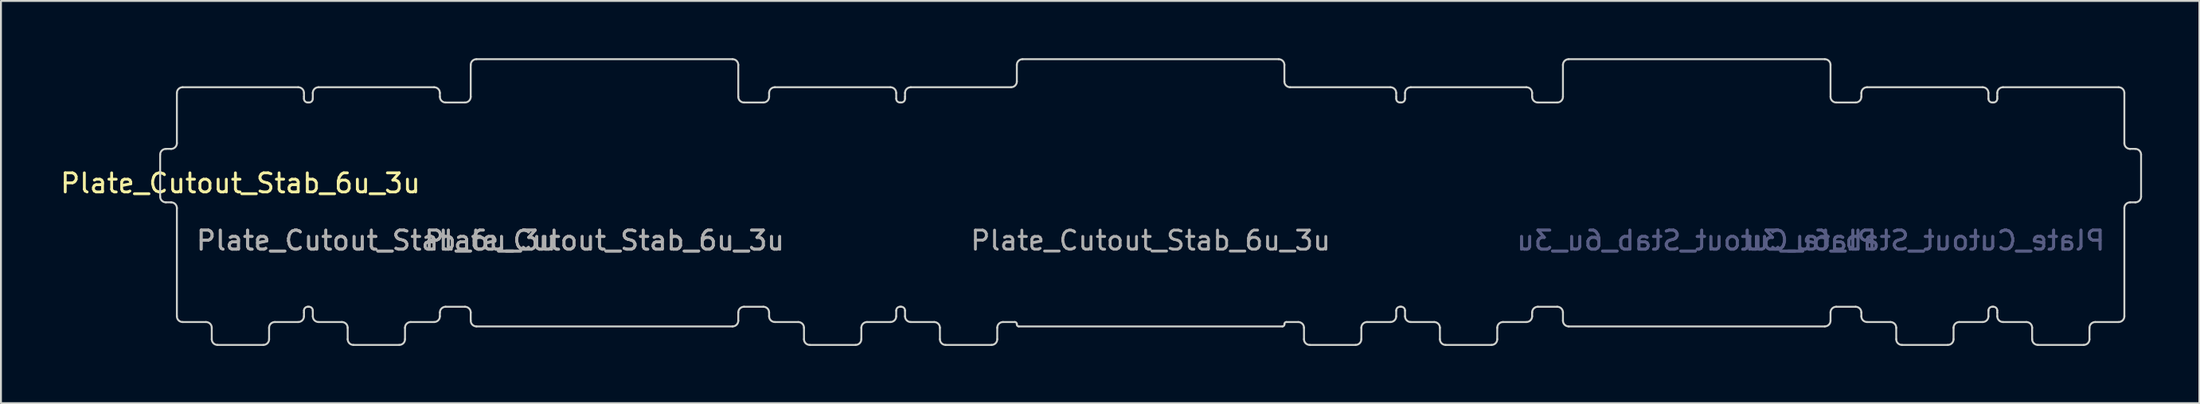
<source format=kicad_pcb>
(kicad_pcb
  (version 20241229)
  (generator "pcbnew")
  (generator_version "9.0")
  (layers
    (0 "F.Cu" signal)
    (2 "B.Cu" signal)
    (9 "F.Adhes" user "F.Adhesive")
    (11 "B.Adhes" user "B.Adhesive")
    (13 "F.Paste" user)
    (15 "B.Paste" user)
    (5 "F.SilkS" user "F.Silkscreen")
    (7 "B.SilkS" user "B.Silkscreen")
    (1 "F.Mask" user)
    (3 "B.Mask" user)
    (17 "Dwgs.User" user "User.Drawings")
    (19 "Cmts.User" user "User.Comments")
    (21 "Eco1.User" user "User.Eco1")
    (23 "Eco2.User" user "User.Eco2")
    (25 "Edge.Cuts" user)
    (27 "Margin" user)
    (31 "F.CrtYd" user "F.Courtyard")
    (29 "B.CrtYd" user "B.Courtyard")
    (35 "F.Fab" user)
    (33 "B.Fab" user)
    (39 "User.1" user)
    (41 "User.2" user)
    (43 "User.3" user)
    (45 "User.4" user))
  (footprint "Plate_Cutout_Stab_6u_3u"
    (layer "F.Cu")
    (at 57.155 7.05)
    (property "Reference" "Plate_Cutout_Stab_6u_3u" (at -47.625 -0.5 0) (unlocked yes) (layer "F.SilkS") (effects (font (size 1 1) (thickness 0.15))))
    (attr through_hole)
    (fp_line (start -51.825 -2) (end -51.825 0.2) (stroke (width 0.1) (type default)) (layer "Edge.Cuts"))
    (fp_line (start -51.525 0.5) (end -51.25 0.5) (stroke (width 0.1) (type default)) (layer "Edge.Cuts"))
    (fp_line (start -51.25 -2.3) (end -51.525 -2.3) (stroke (width 0.1) (type default)) (layer "Edge.Cuts"))
    (fp_line (start -50.95 -2.6) (end -50.95 -5.23) (stroke (width 0.1) (type default)) (layer "Edge.Cuts"))
    (fp_line (start -50.95 0.8) (end -50.95 6.47) (stroke (width 0.1) (type default)) (layer "Edge.Cuts"))
    (fp_line (start -50.65 -5.53) (end -44.6 -5.53) (stroke (width 0.1) (type default)) (layer "Edge.Cuts"))
    (fp_line (start -50.65 6.77) (end -49.425 6.77) (stroke (width 0.1) (type default)) (layer "Edge.Cuts"))
    (fp_line (start -49.125 7.07) (end -49.125 7.67) (stroke (width 0.1) (type default)) (layer "Edge.Cuts"))
    (fp_line (start -48.825 7.97) (end -46.425 7.97) (stroke (width 0.1) (type default)) (layer "Edge.Cuts"))
    (fp_line (start -46.125 7.67) (end -46.125 7.07) (stroke (width 0.1) (type default)) (layer "Edge.Cuts"))
    (fp_line (start -45.825 6.77) (end -44.6 6.77) (stroke (width 0.1) (type default)) (layer "Edge.Cuts"))
    (fp_line (start -44.3 -5.23) (end -44.3 -5.03) (stroke (width 0.1) (type default)) (layer "Edge.Cuts"))
    (fp_line (start -44.3 -5.03) (end -44.3 -4.93) (stroke (width 0.1) (type default)) (layer "Edge.Cuts"))
    (fp_line (start -44.3 6.27) (end -44.3 6.17) (stroke (width 0.1) (type default)) (layer "Edge.Cuts"))
    (fp_line (start -44.3 6.47) (end -44.3 6.27) (stroke (width 0.1) (type default)) (layer "Edge.Cuts"))
    (fp_line (start -44.1 5.97) (end -44.038 5.97) (stroke (width 0.1) (type default)) (layer "Edge.Cuts"))
    (fp_line (start -44.038 -4.73) (end -44.1 -4.73) (stroke (width 0.1) (type default)) (layer "Edge.Cuts"))
    (fp_line (start -43.838 -5.23) (end -43.838 -4.93) (stroke (width 0.1) (type default)) (layer "Edge.Cuts"))
    (fp_line (start -43.838 6.47) (end -43.838 6.17) (stroke (width 0.1) (type solid)) (layer "Edge.Cuts"))
    (fp_line (start -43.538 -5.53) (end -37.488 -5.53) (stroke (width 0.1) (type default)) (layer "Edge.Cuts"))
    (fp_line (start -43.538 6.77) (end -42.313 6.77) (stroke (width 0.1) (type default)) (layer "Edge.Cuts"))
    (fp_line (start -42.013 7.07) (end -42.013 7.67) (stroke (width 0.1) (type default)) (layer "Edge.Cuts"))
    (fp_line (start -41.713 7.97) (end -39.313 7.97) (stroke (width 0.1) (type default)) (layer "Edge.Cuts"))
    (fp_line (start -39.013 7.67) (end -39.013 7.07) (stroke (width 0.1) (type default)) (layer "Edge.Cuts"))
    (fp_line (start -38.713 6.77) (end -37.488 6.77) (stroke (width 0.1) (type default)) (layer "Edge.Cuts"))
    (fp_line (start -37.188 -5.23) (end -37.188 -5.03) (stroke (width 0.1) (type default)) (layer "Edge.Cuts"))
    (fp_line (start -37.188 6.47) (end -37.188 6.27) (stroke (width 0.1) (type default)) (layer "Edge.Cuts"))
    (fp_line (start -36.888 -4.73) (end -35.875 -4.73) (stroke (width 0.1) (type solid)) (layer "Edge.Cuts"))
    (fp_line (start -36.888 5.97) (end -35.875 5.97) (stroke (width 0.1) (type default)) (layer "Edge.Cuts"))
    (fp_line (start -35.575 -6.7) (end -35.575 -5.03) (stroke (width 0.1) (type default)) (layer "Edge.Cuts"))
    (fp_line (start -35.575 6.7) (end -35.575 6.27) (stroke (width 0.1) (type default)) (layer "Edge.Cuts"))
    (fp_line (start -35.275 -7) (end -21.875 -7) (stroke (width 0.1) (type solid)) (layer "Edge.Cuts"))
    (fp_line (start -35.275 7) (end -21.875 7) (stroke (width 0.1) (type solid)) (layer "Edge.Cuts"))
    (fp_line (start -21.575 -6.7) (end -21.575 -5.03) (stroke (width 0.1) (type default)) (layer "Edge.Cuts"))
    (fp_line (start -21.575 6.7) (end -21.575 6.27) (stroke (width 0.1) (type default)) (layer "Edge.Cuts"))
    (fp_line (start -20.262 -4.73) (end -21.275 -4.73) (stroke (width 0.1) (type solid)) (layer "Edge.Cuts"))
    (fp_line (start -20.262 5.97) (end -21.275 5.97) (stroke (width 0.1) (type default)) (layer "Edge.Cuts"))
    (fp_line (start -19.962 -5.03) (end -19.962 -5.23) (stroke (width 0.1) (type default)) (layer "Edge.Cuts"))
    (fp_line (start -19.962 6.47) (end -19.962 6.27) (stroke (width 0.1) (type default)) (layer "Edge.Cuts"))
    (fp_line (start -19.662 -5.53) (end -13.612 -5.53) (stroke (width 0.1) (type default)) (layer "Edge.Cuts"))
    (fp_line (start -18.437 6.77) (end -19.662 6.77) (stroke (width 0.1) (type default)) (layer "Edge.Cuts"))
    (fp_line (start -18.137 7.67) (end -18.137 7.07) (stroke (width 0.1) (type default)) (layer "Edge.Cuts"))
    (fp_line (start -15.437 7.97) (end -17.837 7.97) (stroke (width 0.1) (type default)) (layer "Edge.Cuts"))
    (fp_line (start -15.137 7.07) (end -15.137 7.67) (stroke (width 0.1) (type default)) (layer "Edge.Cuts"))
    (fp_line (start -13.612 6.77) (end -14.837 6.77) (stroke (width 0.1) (type default)) (layer "Edge.Cuts"))
    (fp_line (start -13.312 -5.23) (end -13.312 -4.93) (stroke (width 0.1) (type default)) (layer "Edge.Cuts"))
    (fp_line (start -13.312 6.17) (end -13.312 6.47) (stroke (width 0.1) (type default)) (layer "Edge.Cuts"))
    (fp_line (start -13.112 -4.73) (end -13.05 -4.73) (stroke (width 0.1) (type default)) (layer "Edge.Cuts"))
    (fp_line (start -13.05 5.97) (end -13.112 5.97) (stroke (width 0.1) (type default)) (layer "Edge.Cuts"))
    (fp_line (start -12.85 -5.03) (end -12.85 -5.23) (stroke (width 0.1) (type default)) (layer "Edge.Cuts"))
    (fp_line (start -12.85 -5.03) (end -12.85 -4.93) (stroke (width 0.1) (type default)) (layer "Edge.Cuts"))
    (fp_line (start -12.85 6.17) (end -12.85 6.47) (stroke (width 0.1) (type default)) (layer "Edge.Cuts"))
    (fp_line (start -12.55 -5.53) (end -7.3 -5.53) (stroke (width 0.1) (type default)) (layer "Edge.Cuts"))
    (fp_line (start -11.325 6.77) (end -12.55 6.77) (stroke (width 0.1) (type default)) (layer "Edge.Cuts"))
    (fp_line (start -11.025 7.67) (end -11.025 7.07) (stroke (width 0.1) (type default)) (layer "Edge.Cuts"))
    (fp_line (start -8.325 7.97) (end -10.725 7.97) (stroke (width 0.1) (type default)) (layer "Edge.Cuts"))
    (fp_line (start -8.025 7.07) (end -8.025 7.67) (stroke (width 0.1) (type default)) (layer "Edge.Cuts"))
    (fp_line (start -7.1 6.77) (end -7.725 6.77) (stroke (width 0.1) (type default)) (layer "Edge.Cuts"))
    (fp_line (start -7 -6.7) (end -7 -5.83) (stroke (width 0.1) (type default)) (layer "Edge.Cuts"))
    (fp_line (start -7 6.9) (end -7 6.87) (stroke (width 0.1) (type solid)) (layer "Edge.Cuts"))
    (fp_line (start -6.9 7) (end 6.9 7) (stroke (width 0.1) (type solid)) (layer "Edge.Cuts"))
    (fp_line (start -6.7 -7) (end 6.7 -7) (stroke (width 0.1) (type solid)) (layer "Edge.Cuts"))
    (fp_line (start 7 -6.7) (end 7 -5.83) (stroke (width 0.1) (type default)) (layer "Edge.Cuts"))
    (fp_line (start 7 6.9) (end 7 6.87) (stroke (width 0.1) (type default)) (layer "Edge.Cuts"))
    (fp_line (start 7.1 6.77) (end 7.725 6.77) (stroke (width 0.1) (type default)) (layer "Edge.Cuts"))
    (fp_line (start 8.025 7.07) (end 8.025 7.67) (stroke (width 0.1) (type default)) (layer "Edge.Cuts"))
    (fp_line (start 8.325 7.97) (end 10.725 7.97) (stroke (width 0.1) (type default)) (layer "Edge.Cuts"))
    (fp_line (start 11.025 7.67) (end 11.025 7.07) (stroke (width 0.1) (type default)) (layer "Edge.Cuts"))
    (fp_line (start 11.325 6.77) (end 12.55 6.77) (stroke (width 0.1) (type default)) (layer "Edge.Cuts"))
    (fp_line (start 12.55 -5.53) (end 7.3 -5.53) (stroke (width 0.1) (type default)) (layer "Edge.Cuts"))
    (fp_line (start 12.85 -5.03) (end 12.85 -5.23) (stroke (width 0.1) (type default)) (layer "Edge.Cuts"))
    (fp_line (start 12.85 -5.03) (end 12.85 -4.93) (stroke (width 0.1) (type default)) (layer "Edge.Cuts"))
    (fp_line (start 12.85 6.17) (end 12.85 6.47) (stroke (width 0.1) (type default)) (layer "Edge.Cuts"))
    (fp_line (start 13.05 5.97) (end 13.112 5.97) (stroke (width 0.1) (type default)) (layer "Edge.Cuts"))
    (fp_line (start 13.112 -4.73) (end 13.05 -4.73) (stroke (width 0.1) (type default)) (layer "Edge.Cuts"))
    (fp_line (start 13.312 -5.23) (end 13.312 -4.93) (stroke (width 0.1) (type default)) (layer "Edge.Cuts"))
    (fp_line (start 13.312 6.17) (end 13.312 6.47) (stroke (width 0.1) (type default)) (layer "Edge.Cuts"))
    (fp_line (start 13.612 6.77) (end 14.837 6.77) (stroke (width 0.1) (type default)) (layer "Edge.Cuts"))
    (fp_line (start 15.137 7.07) (end 15.137 7.67) (stroke (width 0.1) (type default)) (layer "Edge.Cuts"))
    (fp_line (start 15.437 7.97) (end 17.837 7.97) (stroke (width 0.1) (type default)) (layer "Edge.Cuts"))
    (fp_line (start 18.137 7.67) (end 18.137 7.07) (stroke (width 0.1) (type default)) (layer "Edge.Cuts"))
    (fp_line (start 18.437 6.77) (end 19.662 6.77) (stroke (width 0.1) (type default)) (layer "Edge.Cuts"))
    (fp_line (start 19.662 -5.53) (end 13.612 -5.53) (stroke (width 0.1) (type default)) (layer "Edge.Cuts"))
    (fp_line (start 19.962 -5.03) (end 19.962 -5.23) (stroke (width 0.1) (type default)) (layer "Edge.Cuts"))
    (fp_line (start 19.962 6.47) (end 19.962 6.27) (stroke (width 0.1) (type default)) (layer "Edge.Cuts"))
    (fp_line (start 20.262 -4.73) (end 21.275 -4.73) (stroke (width 0.1) (type solid)) (layer "Edge.Cuts"))
    (fp_line (start 20.262 5.97) (end 21.275 5.97) (stroke (width 0.1) (type default)) (layer "Edge.Cuts"))
    (fp_line (start 21.575 -6.7) (end 21.575 -5.03) (stroke (width 0.1) (type default)) (layer "Edge.Cuts"))
    (fp_line (start 21.575 6.7) (end 21.575 6.27) (stroke (width 0.1) (type default)) (layer "Edge.Cuts"))
    (fp_line (start 35.275 -7) (end 21.875 -7) (stroke (width 0.1) (type solid)) (layer "Edge.Cuts"))
    (fp_line (start 35.275 7) (end 21.875 7) (stroke (width 0.1) (type solid)) (layer "Edge.Cuts"))
    (fp_line (start 35.575 -6.7) (end 35.575 -5.03) (stroke (width 0.1) (type default)) (layer "Edge.Cuts"))
    (fp_line (start 35.575 6.7) (end 35.575 6.27) (stroke (width 0.1) (type default)) (layer "Edge.Cuts"))
    (fp_line (start 36.888 -4.73) (end 35.875 -4.73) (stroke (width 0.1) (type solid)) (layer "Edge.Cuts"))
    (fp_line (start 36.888 5.97) (end 35.875 5.97) (stroke (width 0.1) (type default)) (layer "Edge.Cuts"))
    (fp_line (start 37.188 -5.23) (end 37.188 -5.03) (stroke (width 0.1) (type default)) (layer "Edge.Cuts"))
    (fp_line (start 37.188 6.47) (end 37.188 6.27) (stroke (width 0.1) (type default)) (layer "Edge.Cuts"))
    (fp_line (start 38.713 6.77) (end 37.488 6.77) (stroke (width 0.1) (type default)) (layer "Edge.Cuts"))
    (fp_line (start 39.013 7.67) (end 39.013 7.07) (stroke (width 0.1) (type default)) (layer "Edge.Cuts"))
    (fp_line (start 41.713 7.97) (end 39.313 7.97) (stroke (width 0.1) (type default)) (layer "Edge.Cuts"))
    (fp_line (start 42.013 7.07) (end 42.013 7.67) (stroke (width 0.1) (type default)) (layer "Edge.Cuts"))
    (fp_line (start 43.538 -5.53) (end 37.488 -5.53) (stroke (width 0.1) (type default)) (layer "Edge.Cuts"))
    (fp_line (start 43.538 6.77) (end 42.313 6.77) (stroke (width 0.1) (type default)) (layer "Edge.Cuts"))
    (fp_line (start 43.838 -5.23) (end 43.838 -4.93) (stroke (width 0.1) (type default)) (layer "Edge.Cuts"))
    (fp_line (start 43.838 6.47) (end 43.838 6.17) (stroke (width 0.1) (type solid)) (layer "Edge.Cuts"))
    (fp_line (start 44.038 -4.73) (end 44.1 -4.73) (stroke (width 0.1) (type default)) (layer "Edge.Cuts"))
    (fp_line (start 44.1 5.97) (end 44.038 5.97) (stroke (width 0.1) (type default)) (layer "Edge.Cuts"))
    (fp_line (start 44.3 -5.23) (end 44.3 -5.03) (stroke (width 0.1) (type default)) (layer "Edge.Cuts"))
    (fp_line (start 44.3 -5.03) (end 44.3 -4.93) (stroke (width 0.1) (type default)) (layer "Edge.Cuts"))
    (fp_line (start 44.3 6.27) (end 44.3 6.17) (stroke (width 0.1) (type default)) (layer "Edge.Cuts"))
    (fp_line (start 44.3 6.47) (end 44.3 6.27) (stroke (width 0.1) (type default)) (layer "Edge.Cuts"))
    (fp_line (start 45.825 6.77) (end 44.6 6.77) (stroke (width 0.1) (type default)) (layer "Edge.Cuts"))
    (fp_line (start 46.125 7.67) (end 46.125 7.07) (stroke (width 0.1) (type default)) (layer "Edge.Cuts"))
    (fp_line (start 48.825 7.97) (end 46.425 7.97) (stroke (width 0.1) (type default)) (layer "Edge.Cuts"))
    (fp_line (start 49.125 7.07) (end 49.125 7.67) (stroke (width 0.1) (type default)) (layer "Edge.Cuts"))
    (fp_line (start 50.65 -5.53) (end 44.6 -5.53) (stroke (width 0.1) (type default)) (layer "Edge.Cuts"))
    (fp_line (start 50.65 6.77) (end 49.425 6.77) (stroke (width 0.1) (type default)) (layer "Edge.Cuts"))
    (fp_line (start 50.95 -2.6) (end 50.95 -5.23) (stroke (width 0.1) (type default)) (layer "Edge.Cuts"))
    (fp_line (start 50.95 0.8) (end 50.95 6.47) (stroke (width 0.1) (type default)) (layer "Edge.Cuts"))
    (fp_line (start 51.25 -2.3) (end 51.525 -2.3) (stroke (width 0.1) (type default)) (layer "Edge.Cuts"))
    (fp_line (start 51.525 0.5) (end 51.25 0.5) (stroke (width 0.1) (type default)) (layer "Edge.Cuts"))
    (fp_line (start 51.825 -2) (end 51.825 0.2) (stroke (width 0.1) (type default)) (layer "Edge.Cuts"))
    (fp_arc (start -51.825 -2) (mid -51.737132 -2.212132) (end -51.525 -2.3) (stroke (width 0.1) (type default)) (layer "Edge.Cuts"))
    (fp_arc (start -51.525 0.5) (mid -51.737132 0.412132) (end -51.825 0.2) (stroke (width 0.1) (type default)) (layer "Edge.Cuts"))
    (fp_arc (start -51.25 0.5) (mid -51.037868 0.587868) (end -50.95 0.8) (stroke (width 0.1) (type default)) (layer "Edge.Cuts"))
    (fp_arc (start -50.95 -5.23) (mid -50.862132 -5.442132) (end -50.65 -5.53) (stroke (width 0.1) (type default)) (layer "Edge.Cuts"))
    (fp_arc (start -50.95 -2.6) (mid -51.037868 -2.387868) (end -51.25 -2.3) (stroke (width 0.1) (type default)) (layer "Edge.Cuts"))
    (fp_arc (start -50.65 6.77) (mid -50.862132 6.682132) (end -50.95 6.47) (stroke (width 0.1) (type default)) (layer "Edge.Cuts"))
    (fp_arc (start -49.425 6.77) (mid -49.212868 6.857868) (end -49.125 7.07) (stroke (width 0.1) (type default)) (layer "Edge.Cuts"))
    (fp_arc (start -48.825 7.97) (mid -49.037132 7.882132) (end -49.125 7.67) (stroke (width 0.1) (type default)) (layer "Edge.Cuts"))
    (fp_arc (start -46.125 7.07) (mid -46.037132 6.857868) (end -45.825 6.77) (stroke (width 0.1) (type default)) (layer "Edge.Cuts"))
    (fp_arc (start -46.125 7.67) (mid -46.212868 7.882132) (end -46.425 7.97) (stroke (width 0.1) (type default)) (layer "Edge.Cuts"))
    (fp_arc (start -44.6 -5.53) (mid -44.387868 -5.442132) (end -44.3 -5.23) (stroke (width 0.1) (type default)) (layer "Edge.Cuts"))
    (fp_arc (start -44.3 6.17) (mid -44.241421 6.028579) (end -44.1 5.97) (stroke (width 0.1) (type default)) (layer "Edge.Cuts"))
    (fp_arc (start -44.3 6.47) (mid -44.387868 6.682132) (end -44.6 6.77) (stroke (width 0.1) (type default)) (layer "Edge.Cuts"))
    (fp_arc (start -44.1 -4.73) (mid -44.241421 -4.788579) (end -44.3 -4.93) (stroke (width 0.1) (type default)) (layer "Edge.Cuts"))
    (fp_arc (start -44.038 5.97) (mid -43.896579 6.028579) (end -43.838 6.17) (stroke (width 0.1) (type default)) (layer "Edge.Cuts"))
    (fp_arc (start -43.838 -5.23) (mid -43.750132 -5.442132) (end -43.538 -5.53) (stroke (width 0.1) (type default)) (layer "Edge.Cuts"))
    (fp_arc (start -43.838 -4.93) (mid -43.896579 -4.788579) (end -44.038 -4.73) (stroke (width 0.1) (type default)) (layer "Edge.Cuts"))
    (fp_arc (start -43.538 6.77) (mid -43.750132 6.682132) (end -43.838 6.47) (stroke (width 0.1) (type default)) (layer "Edge.Cuts"))
    (fp_arc (start -42.313 6.77) (mid -42.100868 6.857868) (end -42.013 7.07) (stroke (width 0.1) (type default)) (layer "Edge.Cuts"))
    (fp_arc (start -41.713 7.97) (mid -41.925132 7.882132) (end -42.013 7.67) (stroke (width 0.1) (type default)) (layer "Edge.Cuts"))
    (fp_arc (start -39.013 7.07) (mid -38.925132 6.857868) (end -38.713 6.77) (stroke (width 0.1) (type default)) (layer "Edge.Cuts"))
    (fp_arc (start -39.013 7.67) (mid -39.100868 7.882132) (end -39.313 7.97) (stroke (width 0.1) (type default)) (layer "Edge.Cuts"))
    (fp_arc (start -37.488 -5.53) (mid -37.275868 -5.442132) (end -37.188 -5.23) (stroke (width 0.1) (type default)) (layer "Edge.Cuts"))
    (fp_arc (start -37.188 6.27) (mid -37.100132 6.057868) (end -36.888 5.97) (stroke (width 0.1) (type default)) (layer "Edge.Cuts"))
    (fp_arc (start -37.188 6.47) (mid -37.275868 6.682132) (end -37.488 6.77) (stroke (width 0.1) (type default)) (layer "Edge.Cuts"))
    (fp_arc (start -36.888 -4.73) (mid -37.100132 -4.817868) (end -37.188 -5.03) (stroke (width 0.1) (type default)) (layer "Edge.Cuts"))
    (fp_arc (start -35.875 5.97) (mid -35.662868 6.057868) (end -35.575 6.27) (stroke (width 0.1) (type default)) (layer "Edge.Cuts"))
    (fp_arc (start -35.575 -6.7) (mid -35.487132 -6.912132) (end -35.275 -7) (stroke (width 0.1) (type default)) (layer "Edge.Cuts"))
    (fp_arc (start -35.575 -5.03) (mid -35.662868 -4.817868) (end -35.875 -4.73) (stroke (width 0.1) (type default)) (layer "Edge.Cuts"))
    (fp_arc (start -35.275 7) (mid -35.487132 6.912132) (end -35.575 6.7) (stroke (width 0.1) (type default)) (layer "Edge.Cuts"))
    (fp_arc (start -21.875 -7) (mid -21.662868 -6.912132) (end -21.575 -6.7) (stroke (width 0.1) (type default)) (layer "Edge.Cuts"))
    (fp_arc (start -21.575 6.27) (mid -21.487132 6.057868) (end -21.275 5.97) (stroke (width 0.1) (type default)) (layer "Edge.Cuts"))
    (fp_arc (start -21.575 6.7) (mid -21.662868 6.912132) (end -21.875 7) (stroke (width 0.1) (type default)) (layer "Edge.Cuts"))
    (fp_arc (start -21.275 -4.73) (mid -21.487132 -4.817868) (end -21.575 -5.03) (stroke (width 0.1) (type default)) (layer "Edge.Cuts"))
    (fp_arc (start -20.262 5.97) (mid -20.049868 6.057868) (end -19.962 6.27) (stroke (width 0.1) (type default)) (layer "Edge.Cuts"))
    (fp_arc (start -19.962 -5.23) (mid -19.874132 -5.442132) (end -19.662 -5.53) (stroke (width 0.1) (type default)) (layer "Edge.Cuts"))
    (fp_arc (start -19.962 -5.03) (mid -20.049868 -4.817868) (end -20.262 -4.73) (stroke (width 0.1) (type default)) (layer "Edge.Cuts"))
    (fp_arc (start -19.662 6.77) (mid -19.874132 6.682132) (end -19.962 6.47) (stroke (width 0.1) (type default)) (layer "Edge.Cuts"))
    (fp_arc (start -18.437 6.77) (mid -18.224868 6.857868) (end -18.137 7.07) (stroke (width 0.1) (type default)) (layer "Edge.Cuts"))
    (fp_arc (start -17.837 7.97) (mid -18.049132 7.882132) (end -18.137 7.67) (stroke (width 0.1) (type default)) (layer "Edge.Cuts"))
    (fp_arc (start -15.137 7.07) (mid -15.049132 6.857868) (end -14.837 6.77) (stroke (width 0.1) (type default)) (layer "Edge.Cuts"))
    (fp_arc (start -15.137 7.67) (mid -15.224868 7.882132) (end -15.437 7.97) (stroke (width 0.1) (type default)) (layer "Edge.Cuts"))
    (fp_arc (start -13.612 -5.53) (mid -13.399868 -5.442132) (end -13.312 -5.23) (stroke (width 0.1) (type default)) (layer "Edge.Cuts"))
    (fp_arc (start -13.312 6.17) (mid -13.253421 6.028579) (end -13.112 5.97) (stroke (width 0.1) (type default)) (layer "Edge.Cuts"))
    (fp_arc (start -13.312 6.47) (mid -13.399868 6.682132) (end -13.612 6.77) (stroke (width 0.1) (type default)) (layer "Edge.Cuts"))
    (fp_arc (start -13.112 -4.73) (mid -13.253406 -4.788581) (end -13.312 -4.93) (stroke (width 0.1) (type default)) (layer "Edge.Cuts"))
    (fp_arc (start -13.05 5.97) (mid -12.908579 6.028579) (end -12.85 6.17) (stroke (width 0.1) (type default)) (layer "Edge.Cuts"))
    (fp_arc (start -12.85 -5.23) (mid -12.762132 -5.442132) (end -12.55 -5.53) (stroke (width 0.1) (type default)) (layer "Edge.Cuts"))
    (fp_arc (start -12.85 -4.93) (mid -12.908563 -4.788551) (end -13.05 -4.73) (stroke (width 0.1) (type default)) (layer "Edge.Cuts"))
    (fp_arc (start -12.55 6.77) (mid -12.762132 6.682132) (end -12.85 6.47) (stroke (width 0.1) (type default)) (layer "Edge.Cuts"))
    (fp_arc (start -11.325 6.77) (mid -11.112868 6.857868) (end -11.025 7.07) (stroke (width 0.1) (type default)) (layer "Edge.Cuts"))
    (fp_arc (start -10.725 7.97) (mid -10.937132 7.882132) (end -11.025 7.67) (stroke (width 0.1) (type default)) (layer "Edge.Cuts"))
    (fp_arc (start -8.025 7.07) (mid -7.937132 6.857868) (end -7.725 6.77) (stroke (width 0.1) (type default)) (layer "Edge.Cuts"))
    (fp_arc (start -8.025 7.67) (mid -8.112868 7.882132) (end -8.325 7.97) (stroke (width 0.1) (type default)) (layer "Edge.Cuts"))
    (fp_arc (start -7.1 6.77) (mid -7.029289 6.799289) (end -7 6.87) (stroke (width 0.1) (type default)) (layer "Edge.Cuts"))
    (fp_arc (start -7 -6.7) (mid -6.912132 -6.912132) (end -6.7 -7) (stroke (width 0.1) (type default)) (layer "Edge.Cuts"))
    (fp_arc (start -7 -5.83) (mid -7.087868 -5.617868) (end -7.3 -5.53) (stroke (width 0.1) (type default)) (layer "Edge.Cuts"))
    (fp_arc (start -6.9 7) (mid -6.970711 6.970711) (end -7 6.9) (stroke (width 0.1) (type default)) (layer "Edge.Cuts"))
    (fp_arc (start 6.7 -7) (mid 6.912132 -6.912132) (end 7 -6.7) (stroke (width 0.1) (type default)) (layer "Edge.Cuts"))
    (fp_arc (start 7 6.87) (mid 7.029289 6.799289) (end 7.1 6.77) (stroke (width 0.1) (type default)) (layer "Edge.Cuts"))
    (fp_arc (start 7 6.9) (mid 6.970711 6.970711) (end 6.9 7) (stroke (width 0.1) (type default)) (layer "Edge.Cuts"))
    (fp_arc (start 7.3 -5.53) (mid 7.087868 -5.617868) (end 7 -5.83) (stroke (width 0.1) (type default)) (layer "Edge.Cuts"))
    (fp_arc (start 7.725 6.77) (mid 7.937141 6.857859) (end 8.025 7.07) (stroke (width 0.1) (type default)) (layer "Edge.Cuts"))
    (fp_arc (start 8.325 7.97) (mid 8.112877 7.882123) (end 8.025 7.67) (stroke (width 0.1) (type default)) (layer "Edge.Cuts"))
    (fp_arc (start 11.025 7.07) (mid 11.112855 6.857836) (end 11.325 6.77) (stroke (width 0.1) (type default)) (layer "Edge.Cuts"))
    (fp_arc (start 11.025 7.67) (mid 10.937119 7.8821) (end 10.725 7.97) (stroke (width 0.1) (type default)) (layer "Edge.Cuts"))
    (fp_arc (start 12.55 -5.53) (mid 12.762141 -5.442141) (end 12.85 -5.23) (stroke (width 0.1) (type default)) (layer "Edge.Cuts"))
    (fp_arc (start 12.85 6.17) (mid 12.908565 6.028547) (end 13.05 5.97) (stroke (width 0.1) (type default)) (layer "Edge.Cuts"))
    (fp_arc (start 12.85 6.47) (mid 12.762119 6.6821) (end 12.55 6.77) (stroke (width 0.1) (type default)) (layer "Edge.Cuts"))
    (fp_arc (start 13.05 -4.73) (mid 12.908559 -4.788559) (end 12.85 -4.93) (stroke (width 0.1) (type default)) (layer "Edge.Cuts"))
    (fp_arc (start 13.112 5.97) (mid 13.253431 6.028569) (end 13.312 6.17) (stroke (width 0.1) (type default)) (layer "Edge.Cuts"))
    (fp_arc (start 13.312 -5.23) (mid 13.399855 -5.442164) (end 13.612 -5.53) (stroke (width 0.1) (type default)) (layer "Edge.Cuts"))
    (fp_arc (start 13.312 -4.93) (mid 13.253414 -4.788575) (end 13.112 -4.73) (stroke (width 0.1) (type default)) (layer "Edge.Cuts"))
    (fp_arc (start 13.612 6.77) (mid 13.399877 6.682123) (end 13.312 6.47) (stroke (width 0.1) (type default)) (layer "Edge.Cuts"))
    (fp_arc (start 14.837 6.77) (mid 15.049141 6.857859) (end 15.137 7.07) (stroke (width 0.1) (type default)) (layer "Edge.Cuts"))
    (fp_arc (start 15.437 7.97) (mid 15.224877 7.882123) (end 15.137 7.67) (stroke (width 0.1) (type default)) (layer "Edge.Cuts"))
    (fp_arc (start 18.137 7.07) (mid 18.224855 6.857836) (end 18.437 6.77) (stroke (width 0.1) (type default)) (layer "Edge.Cuts"))
    (fp_arc (start 18.137 7.67) (mid 18.049119 7.8821) (end 17.837 7.97) (stroke (width 0.1) (type default)) (layer "Edge.Cuts"))
    (fp_arc (start 19.662 -5.53) (mid 19.874141 -5.442141) (end 19.962 -5.23) (stroke (width 0.1) (type default)) (layer "Edge.Cuts"))
    (fp_arc (start 19.962 6.27) (mid 20.049855 6.057836) (end 20.262 5.97) (stroke (width 0.1) (type default)) (layer "Edge.Cuts"))
    (fp_arc (start 19.962 6.47) (mid 19.874119 6.6821) (end 19.662 6.77) (stroke (width 0.1) (type default)) (layer "Edge.Cuts"))
    (fp_arc (start 20.262 -4.73) (mid 20.049877 -4.817877) (end 19.962 -5.03) (stroke (width 0.1) (type default)) (layer "Edge.Cuts"))
    (fp_arc (start 21.275 5.97) (mid 21.487141 6.057859) (end 21.575 6.27) (stroke (width 0.1) (type default)) (layer "Edge.Cuts"))
    (fp_arc (start 21.575 -6.7) (mid 21.662855 -6.912164) (end 21.875 -7) (stroke (width 0.1) (type default)) (layer "Edge.Cuts"))
    (fp_arc (start 21.575 -5.03) (mid 21.487119 -4.8179) (end 21.275 -4.73) (stroke (width 0.1) (type default)) (layer "Edge.Cuts"))
    (fp_arc (start 21.875 7) (mid 21.662877 6.912123) (end 21.575 6.7) (stroke (width 0.1) (type default)) (layer "Edge.Cuts"))
    (fp_arc (start 35.275 -7) (mid 35.487141 -6.912141) (end 35.575 -6.7) (stroke (width 0.1) (type default)) (layer "Edge.Cuts"))
    (fp_arc (start 35.575 6.27) (mid 35.662855 6.057836) (end 35.875 5.97) (stroke (width 0.1) (type default)) (layer "Edge.Cuts"))
    (fp_arc (start 35.575 6.7) (mid 35.487119 6.9121) (end 35.275 7) (stroke (width 0.1) (type default)) (layer "Edge.Cuts"))
    (fp_arc (start 35.875 -4.73) (mid 35.662877 -4.817877) (end 35.575 -5.03) (stroke (width 0.1) (type default)) (layer "Edge.Cuts"))
    (fp_arc (start 36.888 5.97) (mid 37.100141 6.057859) (end 37.188 6.27) (stroke (width 0.1) (type default)) (layer "Edge.Cuts"))
    (fp_arc (start 37.188 -5.23) (mid 37.275855 -5.442164) (end 37.488 -5.53) (stroke (width 0.1) (type default)) (layer "Edge.Cuts"))
    (fp_arc (start 37.188 -5.03) (mid 37.100119 -4.8179) (end 36.888 -4.73) (stroke (width 0.1) (type default)) (layer "Edge.Cuts"))
    (fp_arc (start 37.488 6.77) (mid 37.275877 6.682123) (end 37.188 6.47) (stroke (width 0.1) (type default)) (layer "Edge.Cuts"))
    (fp_arc (start 38.713 6.77) (mid 38.925141 6.857859) (end 39.013 7.07) (stroke (width 0.1) (type default)) (layer "Edge.Cuts"))
    (fp_arc (start 39.313 7.97) (mid 39.100877 7.882123) (end 39.013 7.67) (stroke (width 0.1) (type default)) (layer "Edge.Cuts"))
    (fp_arc (start 42.013 7.07) (mid 42.100855 6.857836) (end 42.313 6.77) (stroke (width 0.1) (type default)) (layer "Edge.Cuts"))
    (fp_arc (start 42.013 7.67) (mid 41.925119 7.8821) (end 41.713 7.97) (stroke (width 0.1) (type default)) (layer "Edge.Cuts"))
    (fp_arc (start 43.538 -5.53) (mid 43.750141 -5.442141) (end 43.838 -5.23) (stroke (width 0.1) (type default)) (layer "Edge.Cuts"))
    (fp_arc (start 43.838 6.17) (mid 43.896565 6.028547) (end 44.038 5.97) (stroke (width 0.1) (type default)) (layer "Edge.Cuts"))
    (fp_arc (start 43.838 6.47) (mid 43.750119 6.6821) (end 43.538 6.77) (stroke (width 0.1) (type default)) (layer "Edge.Cuts"))
    (fp_arc (start 44.038 -4.73) (mid 43.896588 -4.788588) (end 43.838 -4.93) (stroke (width 0.1) (type default)) (layer "Edge.Cuts"))
    (fp_arc (start 44.1 5.97) (mid 44.241431 6.028569) (end 44.3 6.17) (stroke (width 0.1) (type default)) (layer "Edge.Cuts"))
    (fp_arc (start 44.3 -5.23) (mid 44.387855 -5.442164) (end 44.6 -5.53) (stroke (width 0.1) (type default)) (layer "Edge.Cuts"))
    (fp_arc (start 44.3 -4.93) (mid 44.241408 -4.788611) (end 44.1 -4.73) (stroke (width 0.1) (type default)) (layer "Edge.Cuts"))
    (fp_arc (start 44.6 6.77) (mid 44.387869 6.682131) (end 44.3 6.47) (stroke (width 0.1) (type default)) (layer "Edge.Cuts"))
    (fp_arc (start 45.825 6.77) (mid 46.037133 6.857867) (end 46.125 7.07) (stroke (width 0.1) (type default)) (layer "Edge.Cuts"))
    (fp_arc (start 46.425 7.97) (mid 46.212869 7.882131) (end 46.125 7.67) (stroke (width 0.1) (type default)) (layer "Edge.Cuts"))
    (fp_arc (start 49.125 7.07) (mid 49.212867 6.857866) (end 49.425 6.77) (stroke (width 0.1) (type default)) (layer "Edge.Cuts"))
    (fp_arc (start 49.125 7.67) (mid 49.037131 7.88213) (end 48.825 7.97) (stroke (width 0.1) (type default)) (layer "Edge.Cuts"))
    (fp_arc (start 50.65 -5.53) (mid 50.862132 -5.442132) (end 50.95 -5.23) (stroke (width 0.1) (type default)) (layer "Edge.Cuts"))
    (fp_arc (start 50.95 0.8) (mid 51.037868 0.587868) (end 51.25 0.5) (stroke (width 0.1) (type default)) (layer "Edge.Cuts"))
    (fp_arc (start 50.95 6.47) (mid 50.862132 6.682132) (end 50.65 6.77) (stroke (width 0.1) (type default)) (layer "Edge.Cuts"))
    (fp_arc (start 51.25 -2.3) (mid 51.037868 -2.387868) (end 50.95 -2.6) (stroke (width 0.1) (type default)) (layer "Edge.Cuts"))
    (fp_arc (start 51.525 -2.3) (mid 51.737132 -2.212132) (end 51.825 -2) (stroke (width 0.1) (type default)) (layer "Edge.Cuts"))
    (fp_arc (start 51.825 0.2) (mid 51.737132 0.412132) (end 51.525 0.5) (stroke (width 0.1) (type default)) (layer "Edge.Cuts"))
    (fp_text user "${REFERENCE}" (at 40.513 2.5 0) (unlocked yes) (layer "B.Fab") (effects (font (size 1 1) (thickness 0.15)) (justify mirror)))
    (fp_text user "${REFERENCE}" (at 40.513 2.5 0) (unlocked yes) (layer "B.Fab") (effects (font (size 1 1) (thickness 0.15)) (justify mirror)))
    (fp_text user "${REFERENCE}" (at 28.575 2.5 0) (unlocked yes) (layer "B.Fab") (effects (font (size 1 1) (thickness 0.15)) (justify mirror)))
    (fp_text user "${REFERENCE}" (at 28.575 2.5 0) (unlocked yes) (layer "B.Fab") (effects (font (size 1 1) (thickness 0.15)) (justify mirror)))
    (fp_text user "${REFERENCE}" (at -40.513 2.5 0) (unlocked yes) (layer "F.Fab") (effects (font (size 1 1) (thickness 0.15))))
    (fp_text user "${REFERENCE}" (at -40.513 2.5 0) (unlocked yes) (layer "F.Fab") (effects (font (size 1 1) (thickness 0.15))))
    (fp_text user "${REFERENCE}" (at 0 2.5 0) (unlocked yes) (layer "F.Fab") (effects (font (size 1 1) (thickness 0.15))))
    (fp_text user "${REFERENCE}" (at -28.575 2.5 0) (unlocked yes) (layer "F.Fab") (effects (font (size 1 1) (thickness 0.15))))
    (fp_text user "${REFERENCE}" (at -28.575 2.5 0) (unlocked yes) (layer "F.Fab") (effects (font (size 1 1) (thickness 0.15)))))
  (gr_rect
    (start -3 -3)
    (end 112.03 18.07)
    (stroke (width 0.1) (type default))
    (fill no)
    (layer "Edge.Cuts")))
</source>
